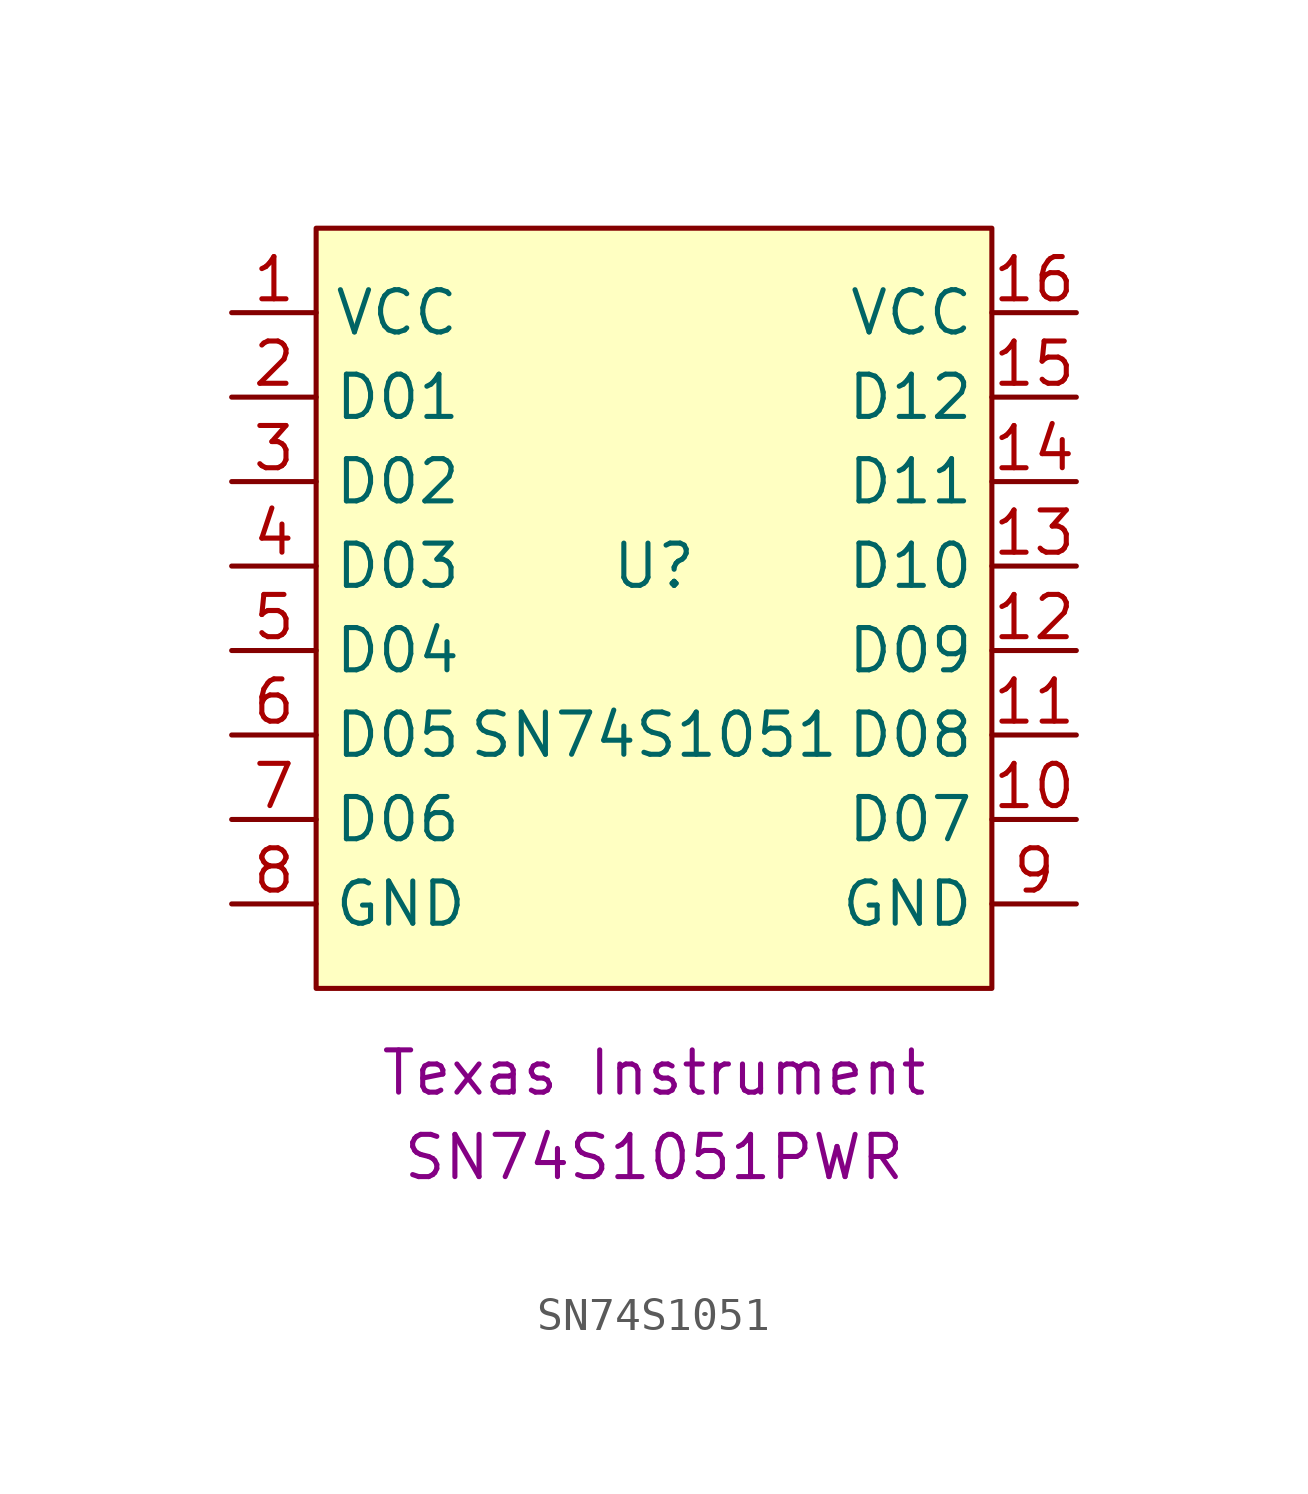
<source format=kicad_sym>
(kicad_symbol_lib
  (version 20220914)
  (generator kicad_symbol_editor)
  (symbol "SN74S1051"
    (property "Reference" "U"
      (at 0 2.54 0)
      (effects (font (size 1.27 1.27))))
    (property "Value" "SN74S1051"
      (at 0 -2.54 0)
      (effects (font (size 1.27 1.27))))
    (property "Man.:" "Texas Instrument"
      (at 0 -12.7 0)
      (effects (font (size 1.27 1.27))))
    (property "Ref. Man.:" "SN74S1051PWR"
      (at 0 -15.24 0)
      (effects (font (size 1.27 1.27))))
    (symbol "SN74S1051_1_1"
      (rectangle (start -10.16 12.7) (end 10.16 -10.16) (stroke (width 0) (type default)) (fill (type background)))
      (pin passive line (at -12.7 10.16 0) (length 2.54) (name "VCC" (effects (font (size 1.27 1.27)))) (number "1" (effects (font (size 1.27 1.27)))))
      (pin passive line (at 12.7 -5.08 180) (length 2.54) (name "D07" (effects (font (size 1.27 1.27)))) (number "10" (effects (font (size 1.27 1.27)))))
      (pin passive line (at 12.7 -2.54 180) (length 2.54) (name "D08" (effects (font (size 1.27 1.27)))) (number "11" (effects (font (size 1.27 1.27)))))
      (pin passive line (at 12.7 0 180) (length 2.54) (name "D09" (effects (font (size 1.27 1.27)))) (number "12" (effects (font (size 1.27 1.27)))))
      (pin passive line (at 12.7 2.54 180) (length 2.54) (name "D10" (effects (font (size 1.27 1.27)))) (number "13" (effects (font (size 1.27 1.27)))))
      (pin passive line (at 12.7 5.08 180) (length 2.54) (name "D11" (effects (font (size 1.27 1.27)))) (number "14" (effects (font (size 1.27 1.27)))))
      (pin passive line (at 12.7 7.62 180) (length 2.54) (name "D12" (effects (font (size 1.27 1.27)))) (number "15" (effects (font (size 1.27 1.27)))))
      (pin passive line (at 12.7 10.16 180) (length 2.54) (name "VCC" (effects (font (size 1.27 1.27)))) (number "16" (effects (font (size 1.27 1.27)))))
      (pin passive line (at -12.7 7.62 0) (length 2.54) (name "D01" (effects (font (size 1.27 1.27)))) (number "2" (effects (font (size 1.27 1.27)))))
      (pin passive line (at -12.7 5.08 0) (length 2.54) (name "D02" (effects (font (size 1.27 1.27)))) (number "3" (effects (font (size 1.27 1.27)))))
      (pin passive line (at -12.7 2.54 0) (length 2.54) (name "D03" (effects (font (size 1.27 1.27)))) (number "4" (effects (font (size 1.27 1.27)))))
      (pin passive line (at -12.7 0 0) (length 2.54) (name "D04" (effects (font (size 1.27 1.27)))) (number "5" (effects (font (size 1.27 1.27)))))
      (pin passive line (at -12.7 -2.54 0) (length 2.54) (name "D05" (effects (font (size 1.27 1.27)))) (number "6" (effects (font (size 1.27 1.27)))))
      (pin passive line (at -12.7 -5.08 0) (length 2.54) (name "D06" (effects (font (size 1.27 1.27)))) (number "7" (effects (font (size 1.27 1.27)))))
      (pin passive line (at -12.7 -7.62 0) (length 2.54) (name "GND" (effects (font (size 1.27 1.27)))) (number "8" (effects (font (size 1.27 1.27)))))
      (pin passive line (at 12.7 -7.62 180) (length 2.54) (name "GND" (effects (font (size 1.27 1.27)))) (number "9" (effects (font (size 1.27 1.27))))))))
</source>
